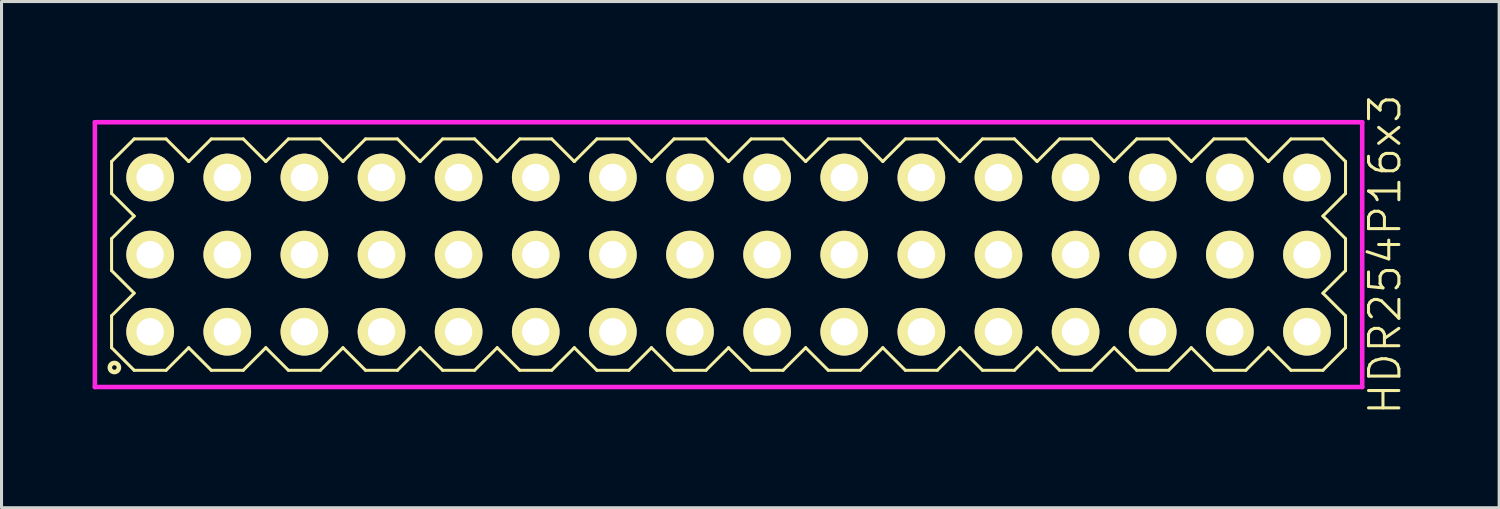
<source format=kicad_pcb>
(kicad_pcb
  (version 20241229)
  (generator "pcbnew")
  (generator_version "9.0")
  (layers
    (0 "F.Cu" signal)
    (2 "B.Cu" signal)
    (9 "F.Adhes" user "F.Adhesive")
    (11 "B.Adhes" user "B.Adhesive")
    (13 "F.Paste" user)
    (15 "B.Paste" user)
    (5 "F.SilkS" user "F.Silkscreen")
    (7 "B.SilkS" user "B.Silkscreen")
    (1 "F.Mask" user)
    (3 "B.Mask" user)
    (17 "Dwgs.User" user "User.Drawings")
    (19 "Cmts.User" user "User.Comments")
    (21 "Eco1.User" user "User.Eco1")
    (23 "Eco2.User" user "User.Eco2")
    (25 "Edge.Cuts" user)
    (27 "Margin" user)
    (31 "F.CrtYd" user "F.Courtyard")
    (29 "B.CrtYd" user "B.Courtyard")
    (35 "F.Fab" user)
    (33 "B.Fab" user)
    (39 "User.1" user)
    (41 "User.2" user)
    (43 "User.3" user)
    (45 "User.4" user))
  (footprint "HDR254P16x3"
    (layer "F.Cu")
    (at 20.945 5.336)
    (property "Reference" "HDR254P16x3" (at 21.62 0 90) (layer "F.SilkS") (effects (font (size 1 1) (thickness 0.1))))
    (attr through_hole)
    (fp_line (start -20.32 -3.066) (end -19.576 -3.81) (stroke (width 0.1) (type solid)) (layer "F.SilkS"))
    (fp_line (start -20.32 -2.014) (end -20.32 -3.066) (stroke (width 0.1) (type solid)) (layer "F.SilkS"))
    (fp_line (start -20.32 -0.526) (end -19.576 -1.27) (stroke (width 0.1) (type solid)) (layer "F.SilkS"))
    (fp_line (start -20.32 0.526) (end -20.32 -0.526) (stroke (width 0.1) (type solid)) (layer "F.SilkS"))
    (fp_line (start -20.32 2.014) (end -19.576 1.27) (stroke (width 0.1) (type solid)) (layer "F.SilkS"))
    (fp_line (start -20.32 3.066) (end -20.32 2.014) (stroke (width 0.1) (type solid)) (layer "F.SilkS"))
    (fp_line (start -19.576 -3.81) (end -18.524 -3.81) (stroke (width 0.1) (type solid)) (layer "F.SilkS"))
    (fp_line (start -19.576 -1.27) (end -20.32 -2.014) (stroke (width 0.1) (type solid)) (layer "F.SilkS"))
    (fp_line (start -19.576 1.27) (end -20.32 0.526) (stroke (width 0.1) (type solid)) (layer "F.SilkS"))
    (fp_line (start -19.576 3.81) (end -20.32 3.066) (stroke (width 0.1) (type solid)) (layer "F.SilkS"))
    (fp_line (start -18.524 -3.81) (end -17.78 -3.066) (stroke (width 0.1) (type solid)) (layer "F.SilkS"))
    (fp_line (start -18.524 3.81) (end -19.576 3.81) (stroke (width 0.1) (type solid)) (layer "F.SilkS"))
    (fp_line (start -17.78 -3.066) (end -17.036 -3.81) (stroke (width 0.1) (type solid)) (layer "F.SilkS"))
    (fp_line (start -17.78 3.066) (end -18.524 3.81) (stroke (width 0.1) (type solid)) (layer "F.SilkS"))
    (fp_line (start -17.036 -3.81) (end -15.984 -3.81) (stroke (width 0.1) (type solid)) (layer "F.SilkS"))
    (fp_line (start -17.036 3.81) (end -17.78 3.066) (stroke (width 0.1) (type solid)) (layer "F.SilkS"))
    (fp_line (start -15.984 -3.81) (end -15.24 -3.066) (stroke (width 0.1) (type solid)) (layer "F.SilkS"))
    (fp_line (start -15.984 3.81) (end -17.036 3.81) (stroke (width 0.1) (type solid)) (layer "F.SilkS"))
    (fp_line (start -15.24 -3.066) (end -14.496 -3.81) (stroke (width 0.1) (type solid)) (layer "F.SilkS"))
    (fp_line (start -15.24 3.066) (end -15.984 3.81) (stroke (width 0.1) (type solid)) (layer "F.SilkS"))
    (fp_line (start -14.496 -3.81) (end -13.444 -3.81) (stroke (width 0.1) (type solid)) (layer "F.SilkS"))
    (fp_line (start -14.496 3.81) (end -15.24 3.066) (stroke (width 0.1) (type solid)) (layer "F.SilkS"))
    (fp_line (start -13.444 -3.81) (end -12.7 -3.066) (stroke (width 0.1) (type solid)) (layer "F.SilkS"))
    (fp_line (start -13.444 3.81) (end -14.496 3.81) (stroke (width 0.1) (type solid)) (layer "F.SilkS"))
    (fp_line (start -12.7 -3.066) (end -11.956 -3.81) (stroke (width 0.1) (type solid)) (layer "F.SilkS"))
    (fp_line (start -12.7 3.066) (end -13.444 3.81) (stroke (width 0.1) (type solid)) (layer "F.SilkS"))
    (fp_line (start -11.956 -3.81) (end -10.904 -3.81) (stroke (width 0.1) (type solid)) (layer "F.SilkS"))
    (fp_line (start -11.956 3.81) (end -12.7 3.066) (stroke (width 0.1) (type solid)) (layer "F.SilkS"))
    (fp_line (start -10.904 -3.81) (end -10.16 -3.066) (stroke (width 0.1) (type solid)) (layer "F.SilkS"))
    (fp_line (start -10.904 3.81) (end -11.956 3.81) (stroke (width 0.1) (type solid)) (layer "F.SilkS"))
    (fp_line (start -10.16 -3.066) (end -9.416 -3.81) (stroke (width 0.1) (type solid)) (layer "F.SilkS"))
    (fp_line (start -10.16 3.066) (end -10.904 3.81) (stroke (width 0.1) (type solid)) (layer "F.SilkS"))
    (fp_line (start -9.416 -3.81) (end -8.364 -3.81) (stroke (width 0.1) (type solid)) (layer "F.SilkS"))
    (fp_line (start -9.416 3.81) (end -10.16 3.066) (stroke (width 0.1) (type solid)) (layer "F.SilkS"))
    (fp_line (start -8.364 -3.81) (end -7.62 -3.066) (stroke (width 0.1) (type solid)) (layer "F.SilkS"))
    (fp_line (start -8.364 3.81) (end -9.416 3.81) (stroke (width 0.1) (type solid)) (layer "F.SilkS"))
    (fp_line (start -7.62 -3.066) (end -6.876 -3.81) (stroke (width 0.1) (type solid)) (layer "F.SilkS"))
    (fp_line (start -7.62 3.066) (end -8.364 3.81) (stroke (width 0.1) (type solid)) (layer "F.SilkS"))
    (fp_line (start -6.876 -3.81) (end -5.824 -3.81) (stroke (width 0.1) (type solid)) (layer "F.SilkS"))
    (fp_line (start -6.876 3.81) (end -7.62 3.066) (stroke (width 0.1) (type solid)) (layer "F.SilkS"))
    (fp_line (start -5.824 -3.81) (end -5.08 -3.066) (stroke (width 0.1) (type solid)) (layer "F.SilkS"))
    (fp_line (start -5.824 3.81) (end -6.876 3.81) (stroke (width 0.1) (type solid)) (layer "F.SilkS"))
    (fp_line (start -5.08 -3.066) (end -4.336 -3.81) (stroke (width 0.1) (type solid)) (layer "F.SilkS"))
    (fp_line (start -5.08 3.066) (end -5.824 3.81) (stroke (width 0.1) (type solid)) (layer "F.SilkS"))
    (fp_line (start -4.336 -3.81) (end -3.284 -3.81) (stroke (width 0.1) (type solid)) (layer "F.SilkS"))
    (fp_line (start -4.336 3.81) (end -5.08 3.066) (stroke (width 0.1) (type solid)) (layer "F.SilkS"))
    (fp_line (start -3.284 -3.81) (end -2.54 -3.066) (stroke (width 0.1) (type solid)) (layer "F.SilkS"))
    (fp_line (start -3.284 3.81) (end -4.336 3.81) (stroke (width 0.1) (type solid)) (layer "F.SilkS"))
    (fp_line (start -2.54 -3.066) (end -1.796 -3.81) (stroke (width 0.1) (type solid)) (layer "F.SilkS"))
    (fp_line (start -2.54 3.066) (end -3.284 3.81) (stroke (width 0.1) (type solid)) (layer "F.SilkS"))
    (fp_line (start -1.796 -3.81) (end -0.744 -3.81) (stroke (width 0.1) (type solid)) (layer "F.SilkS"))
    (fp_line (start -1.796 3.81) (end -2.54 3.066) (stroke (width 0.1) (type solid)) (layer "F.SilkS"))
    (fp_line (start -0.744 -3.81) (end 0 -3.066) (stroke (width 0.1) (type solid)) (layer "F.SilkS"))
    (fp_line (start -0.744 3.81) (end -1.796 3.81) (stroke (width 0.1) (type solid)) (layer "F.SilkS"))
    (fp_line (start 0 -3.066) (end 0.744 -3.81) (stroke (width 0.1) (type solid)) (layer "F.SilkS"))
    (fp_line (start 0 3.066) (end -0.744 3.81) (stroke (width 0.1) (type solid)) (layer "F.SilkS"))
    (fp_line (start 0.744 -3.81) (end 1.796 -3.81) (stroke (width 0.1) (type solid)) (layer "F.SilkS"))
    (fp_line (start 0.744 3.81) (end 0 3.066) (stroke (width 0.1) (type solid)) (layer "F.SilkS"))
    (fp_line (start 1.796 -3.81) (end 2.54 -3.066) (stroke (width 0.1) (type solid)) (layer "F.SilkS"))
    (fp_line (start 1.796 3.81) (end 0.744 3.81) (stroke (width 0.1) (type solid)) (layer "F.SilkS"))
    (fp_line (start 2.54 -3.066) (end 3.284 -3.81) (stroke (width 0.1) (type solid)) (layer "F.SilkS"))
    (fp_line (start 2.54 3.066) (end 1.796 3.81) (stroke (width 0.1) (type solid)) (layer "F.SilkS"))
    (fp_line (start 3.284 -3.81) (end 4.336 -3.81) (stroke (width 0.1) (type solid)) (layer "F.SilkS"))
    (fp_line (start 3.284 3.81) (end 2.54 3.066) (stroke (width 0.1) (type solid)) (layer "F.SilkS"))
    (fp_line (start 4.336 -3.81) (end 5.08 -3.066) (stroke (width 0.1) (type solid)) (layer "F.SilkS"))
    (fp_line (start 4.336 3.81) (end 3.284 3.81) (stroke (width 0.1) (type solid)) (layer "F.SilkS"))
    (fp_line (start 5.08 -3.066) (end 5.824 -3.81) (stroke (width 0.1) (type solid)) (layer "F.SilkS"))
    (fp_line (start 5.08 3.066) (end 4.336 3.81) (stroke (width 0.1) (type solid)) (layer "F.SilkS"))
    (fp_line (start 5.824 -3.81) (end 6.876 -3.81) (stroke (width 0.1) (type solid)) (layer "F.SilkS"))
    (fp_line (start 5.824 3.81) (end 5.08 3.066) (stroke (width 0.1) (type solid)) (layer "F.SilkS"))
    (fp_line (start 6.876 -3.81) (end 7.62 -3.066) (stroke (width 0.1) (type solid)) (layer "F.SilkS"))
    (fp_line (start 6.876 3.81) (end 5.824 3.81) (stroke (width 0.1) (type solid)) (layer "F.SilkS"))
    (fp_line (start 7.62 -3.066) (end 8.364 -3.81) (stroke (width 0.1) (type solid)) (layer "F.SilkS"))
    (fp_line (start 7.62 3.066) (end 6.876 3.81) (stroke (width 0.1) (type solid)) (layer "F.SilkS"))
    (fp_line (start 8.364 -3.81) (end 9.416 -3.81) (stroke (width 0.1) (type solid)) (layer "F.SilkS"))
    (fp_line (start 8.364 3.81) (end 7.62 3.066) (stroke (width 0.1) (type solid)) (layer "F.SilkS"))
    (fp_line (start 9.416 -3.81) (end 10.16 -3.066) (stroke (width 0.1) (type solid)) (layer "F.SilkS"))
    (fp_line (start 9.416 3.81) (end 8.364 3.81) (stroke (width 0.1) (type solid)) (layer "F.SilkS"))
    (fp_line (start 10.16 -3.066) (end 10.904 -3.81) (stroke (width 0.1) (type solid)) (layer "F.SilkS"))
    (fp_line (start 10.16 3.066) (end 9.416 3.81) (stroke (width 0.1) (type solid)) (layer "F.SilkS"))
    (fp_line (start 10.904 -3.81) (end 11.956 -3.81) (stroke (width 0.1) (type solid)) (layer "F.SilkS"))
    (fp_line (start 10.904 3.81) (end 10.16 3.066) (stroke (width 0.1) (type solid)) (layer "F.SilkS"))
    (fp_line (start 11.956 -3.81) (end 12.7 -3.066) (stroke (width 0.1) (type solid)) (layer "F.SilkS"))
    (fp_line (start 11.956 3.81) (end 10.904 3.81) (stroke (width 0.1) (type solid)) (layer "F.SilkS"))
    (fp_line (start 12.7 -3.066) (end 13.444 -3.81) (stroke (width 0.1) (type solid)) (layer "F.SilkS"))
    (fp_line (start 12.7 3.066) (end 11.956 3.81) (stroke (width 0.1) (type solid)) (layer "F.SilkS"))
    (fp_line (start 13.444 -3.81) (end 14.496 -3.81) (stroke (width 0.1) (type solid)) (layer "F.SilkS"))
    (fp_line (start 13.444 3.81) (end 12.7 3.066) (stroke (width 0.1) (type solid)) (layer "F.SilkS"))
    (fp_line (start 14.496 -3.81) (end 15.24 -3.066) (stroke (width 0.1) (type solid)) (layer "F.SilkS"))
    (fp_line (start 14.496 3.81) (end 13.444 3.81) (stroke (width 0.1) (type solid)) (layer "F.SilkS"))
    (fp_line (start 15.24 -3.066) (end 15.984 -3.81) (stroke (width 0.1) (type solid)) (layer "F.SilkS"))
    (fp_line (start 15.24 3.066) (end 14.496 3.81) (stroke (width 0.1) (type solid)) (layer "F.SilkS"))
    (fp_line (start 15.984 -3.81) (end 17.036 -3.81) (stroke (width 0.1) (type solid)) (layer "F.SilkS"))
    (fp_line (start 15.984 3.81) (end 15.24 3.066) (stroke (width 0.1) (type solid)) (layer "F.SilkS"))
    (fp_line (start 17.036 -3.81) (end 17.78 -3.066) (stroke (width 0.1) (type solid)) (layer "F.SilkS"))
    (fp_line (start 17.036 3.81) (end 15.984 3.81) (stroke (width 0.1) (type solid)) (layer "F.SilkS"))
    (fp_line (start 17.78 -3.066) (end 18.524 -3.81) (stroke (width 0.1) (type solid)) (layer "F.SilkS"))
    (fp_line (start 17.78 3.066) (end 17.036 3.81) (stroke (width 0.1) (type solid)) (layer "F.SilkS"))
    (fp_line (start 18.524 -3.81) (end 19.576 -3.81) (stroke (width 0.1) (type solid)) (layer "F.SilkS"))
    (fp_line (start 18.524 3.81) (end 17.78 3.066) (stroke (width 0.1) (type solid)) (layer "F.SilkS"))
    (fp_line (start 19.576 -3.81) (end 20.32 -3.066) (stroke (width 0.1) (type solid)) (layer "F.SilkS"))
    (fp_line (start 19.576 -1.27) (end 20.32 -0.526) (stroke (width 0.1) (type solid)) (layer "F.SilkS"))
    (fp_line (start 19.576 1.27) (end 20.32 2.014) (stroke (width 0.1) (type solid)) (layer "F.SilkS"))
    (fp_line (start 19.576 3.81) (end 18.524 3.81) (stroke (width 0.1) (type solid)) (layer "F.SilkS"))
    (fp_line (start 20.32 -3.066) (end 20.32 -2.014) (stroke (width 0.1) (type solid)) (layer "F.SilkS"))
    (fp_line (start 20.32 -2.014) (end 19.576 -1.27) (stroke (width 0.1) (type solid)) (layer "F.SilkS"))
    (fp_line (start 20.32 -0.526) (end 20.32 0.526) (stroke (width 0.1) (type solid)) (layer "F.SilkS"))
    (fp_line (start 20.32 0.526) (end 19.576 1.27) (stroke (width 0.1) (type solid)) (layer "F.SilkS"))
    (fp_line (start 20.32 2.014) (end 20.32 3.066) (stroke (width 0.1) (type solid)) (layer "F.SilkS"))
    (fp_line (start 20.32 3.066) (end 19.576 3.81) (stroke (width 0.1) (type solid)) (layer "F.SilkS"))
    (fp_circle (center -20.228 3.718) (end -20.078 3.718) (stroke (width 0.15) (type solid)) (fill no) (layer "F.SilkS"))
    (fp_line (start -20.87 -4.36) (end -20.87 4.36) (stroke (width 0.15) (type solid)) (layer "F.CrtYd"))
    (fp_line (start -20.87 4.36) (end 20.87 4.36) (stroke (width 0.15) (type solid)) (layer "F.CrtYd"))
    (fp_line (start 20.87 -4.36) (end -20.87 -4.36) (stroke (width 0.15) (type solid)) (layer "F.CrtYd"))
    (fp_line (start 20.87 4.36) (end 20.87 -4.36) (stroke (width 0.15) (type solid)) (layer "F.CrtYd"))
    (pad "1" thru_hole oval (at -19.05 2.54) (size 1.57 1.57) (drill 0.9) (layers "*.Cu" "*.Mask" "F.SilkS"))
    (pad "2" thru_hole oval (at -19.05 0) (size 1.57 1.57) (drill 0.9) (layers "*.Cu" "*.Mask" "F.SilkS"))
    (pad "3" thru_hole oval (at -19.05 -2.54) (size 1.57 1.57) (drill 0.9) (layers "*.Cu" "*.Mask" "F.SilkS"))
    (pad "4" thru_hole oval (at -16.51 2.54) (size 1.57 1.57) (drill 0.9) (layers "*.Cu" "*.Mask" "F.SilkS"))
    (pad "5" thru_hole oval (at -16.51 0) (size 1.57 1.57) (drill 0.9) (layers "*.Cu" "*.Mask" "F.SilkS"))
    (pad "6" thru_hole oval (at -16.51 -2.54) (size 1.57 1.57) (drill 0.9) (layers "*.Cu" "*.Mask" "F.SilkS"))
    (pad "7" thru_hole oval (at -13.97 2.54) (size 1.57 1.57) (drill 0.9) (layers "*.Cu" "*.Mask" "F.SilkS"))
    (pad "8" thru_hole oval (at -13.97 0) (size 1.57 1.57) (drill 0.9) (layers "*.Cu" "*.Mask" "F.SilkS"))
    (pad "9" thru_hole oval (at -13.97 -2.54) (size 1.57 1.57) (drill 0.9) (layers "*.Cu" "*.Mask" "F.SilkS"))
    (pad "10" thru_hole oval (at -11.43 2.54) (size 1.57 1.57) (drill 0.9) (layers "*.Cu" "*.Mask" "F.SilkS"))
    (pad "11" thru_hole oval (at -11.43 0) (size 1.57 1.57) (drill 0.9) (layers "*.Cu" "*.Mask" "F.SilkS"))
    (pad "12" thru_hole oval (at -11.43 -2.54) (size 1.57 1.57) (drill 0.9) (layers "*.Cu" "*.Mask" "F.SilkS"))
    (pad "13" thru_hole oval (at -8.89 2.54) (size 1.57 1.57) (drill 0.9) (layers "*.Cu" "*.Mask" "F.SilkS"))
    (pad "14" thru_hole oval (at -8.89 0) (size 1.57 1.57) (drill 0.9) (layers "*.Cu" "*.Mask" "F.SilkS"))
    (pad "15" thru_hole oval (at -8.89 -2.54) (size 1.57 1.57) (drill 0.9) (layers "*.Cu" "*.Mask" "F.SilkS"))
    (pad "16" thru_hole oval (at -6.35 2.54) (size 1.57 1.57) (drill 0.9) (layers "*.Cu" "*.Mask" "F.SilkS"))
    (pad "17" thru_hole oval (at -6.35 0) (size 1.57 1.57) (drill 0.9) (layers "*.Cu" "*.Mask" "F.SilkS"))
    (pad "18" thru_hole oval (at -6.35 -2.54) (size 1.57 1.57) (drill 0.9) (layers "*.Cu" "*.Mask" "F.SilkS"))
    (pad "19" thru_hole oval (at -3.81 2.54) (size 1.57 1.57) (drill 0.9) (layers "*.Cu" "*.Mask" "F.SilkS"))
    (pad "20" thru_hole oval (at -3.81 0) (size 1.57 1.57) (drill 0.9) (layers "*.Cu" "*.Mask" "F.SilkS"))
    (pad "21" thru_hole oval (at -3.81 -2.54) (size 1.57 1.57) (drill 0.9) (layers "*.Cu" "*.Mask" "F.SilkS"))
    (pad "22" thru_hole oval (at -1.27 2.54) (size 1.57 1.57) (drill 0.9) (layers "*.Cu" "*.Mask" "F.SilkS"))
    (pad "23" thru_hole oval (at -1.27 0) (size 1.57 1.57) (drill 0.9) (layers "*.Cu" "*.Mask" "F.SilkS"))
    (pad "24" thru_hole oval (at -1.27 -2.54) (size 1.57 1.57) (drill 0.9) (layers "*.Cu" "*.Mask" "F.SilkS"))
    (pad "25" thru_hole oval (at 1.27 2.54) (size 1.57 1.57) (drill 0.9) (layers "*.Cu" "*.Mask" "F.SilkS"))
    (pad "26" thru_hole oval (at 1.27 0) (size 1.57 1.57) (drill 0.9) (layers "*.Cu" "*.Mask" "F.SilkS"))
    (pad "27" thru_hole oval (at 1.27 -2.54) (size 1.57 1.57) (drill 0.9) (layers "*.Cu" "*.Mask" "F.SilkS"))
    (pad "28" thru_hole oval (at 3.81 2.54) (size 1.57 1.57) (drill 0.9) (layers "*.Cu" "*.Mask" "F.SilkS"))
    (pad "29" thru_hole oval (at 3.81 0) (size 1.57 1.57) (drill 0.9) (layers "*.Cu" "*.Mask" "F.SilkS"))
    (pad "30" thru_hole oval (at 3.81 -2.54) (size 1.57 1.57) (drill 0.9) (layers "*.Cu" "*.Mask" "F.SilkS"))
    (pad "31" thru_hole oval (at 6.35 2.54) (size 1.57 1.57) (drill 0.9) (layers "*.Cu" "*.Mask" "F.SilkS"))
    (pad "32" thru_hole oval (at 6.35 0) (size 1.57 1.57) (drill 0.9) (layers "*.Cu" "*.Mask" "F.SilkS"))
    (pad "33" thru_hole oval (at 6.35 -2.54) (size 1.57 1.57) (drill 0.9) (layers "*.Cu" "*.Mask" "F.SilkS"))
    (pad "34" thru_hole oval (at 8.89 2.54) (size 1.57 1.57) (drill 0.9) (layers "*.Cu" "*.Mask" "F.SilkS"))
    (pad "35" thru_hole oval (at 8.89 0) (size 1.57 1.57) (drill 0.9) (layers "*.Cu" "*.Mask" "F.SilkS"))
    (pad "36" thru_hole oval (at 8.89 -2.54) (size 1.57 1.57) (drill 0.9) (layers "*.Cu" "*.Mask" "F.SilkS"))
    (pad "37" thru_hole oval (at 11.43 2.54) (size 1.57 1.57) (drill 0.9) (layers "*.Cu" "*.Mask" "F.SilkS"))
    (pad "38" thru_hole oval (at 11.43 0) (size 1.57 1.57) (drill 0.9) (layers "*.Cu" "*.Mask" "F.SilkS"))
    (pad "39" thru_hole oval (at 11.43 -2.54) (size 1.57 1.57) (drill 0.9) (layers "*.Cu" "*.Mask" "F.SilkS"))
    (pad "40" thru_hole oval (at 13.97 2.54) (size 1.57 1.57) (drill 0.9) (layers "*.Cu" "*.Mask" "F.SilkS"))
    (pad "41" thru_hole oval (at 13.97 0) (size 1.57 1.57) (drill 0.9) (layers "*.Cu" "*.Mask" "F.SilkS"))
    (pad "42" thru_hole oval (at 13.97 -2.54) (size 1.57 1.57) (drill 0.9) (layers "*.Cu" "*.Mask" "F.SilkS"))
    (pad "43" thru_hole oval (at 16.51 2.54) (size 1.57 1.57) (drill 0.9) (layers "*.Cu" "*.Mask" "F.SilkS"))
    (pad "44" thru_hole oval (at 16.51 0) (size 1.57 1.57) (drill 0.9) (layers "*.Cu" "*.Mask" "F.SilkS"))
    (pad "45" thru_hole oval (at 16.51 -2.54) (size 1.57 1.57) (drill 0.9) (layers "*.Cu" "*.Mask" "F.SilkS"))
    (pad "46" thru_hole oval (at 19.05 2.54) (size 1.57 1.57) (drill 0.9) (layers "*.Cu" "*.Mask" "F.SilkS"))
    (pad "47" thru_hole oval (at 19.05 0) (size 1.57 1.57) (drill 0.9) (layers "*.Cu" "*.Mask" "F.SilkS"))
    (pad "48" thru_hole oval (at 19.05 -2.54) (size 1.57 1.57) (drill 0.9) (layers "*.Cu" "*.Mask" "F.SilkS")))
  (gr_rect
    (start -3 -3)
    (end 46.325 13.671)
    (stroke (width 0.1) (type default))
    (fill no)
    (layer "Edge.Cuts")))
</source>
